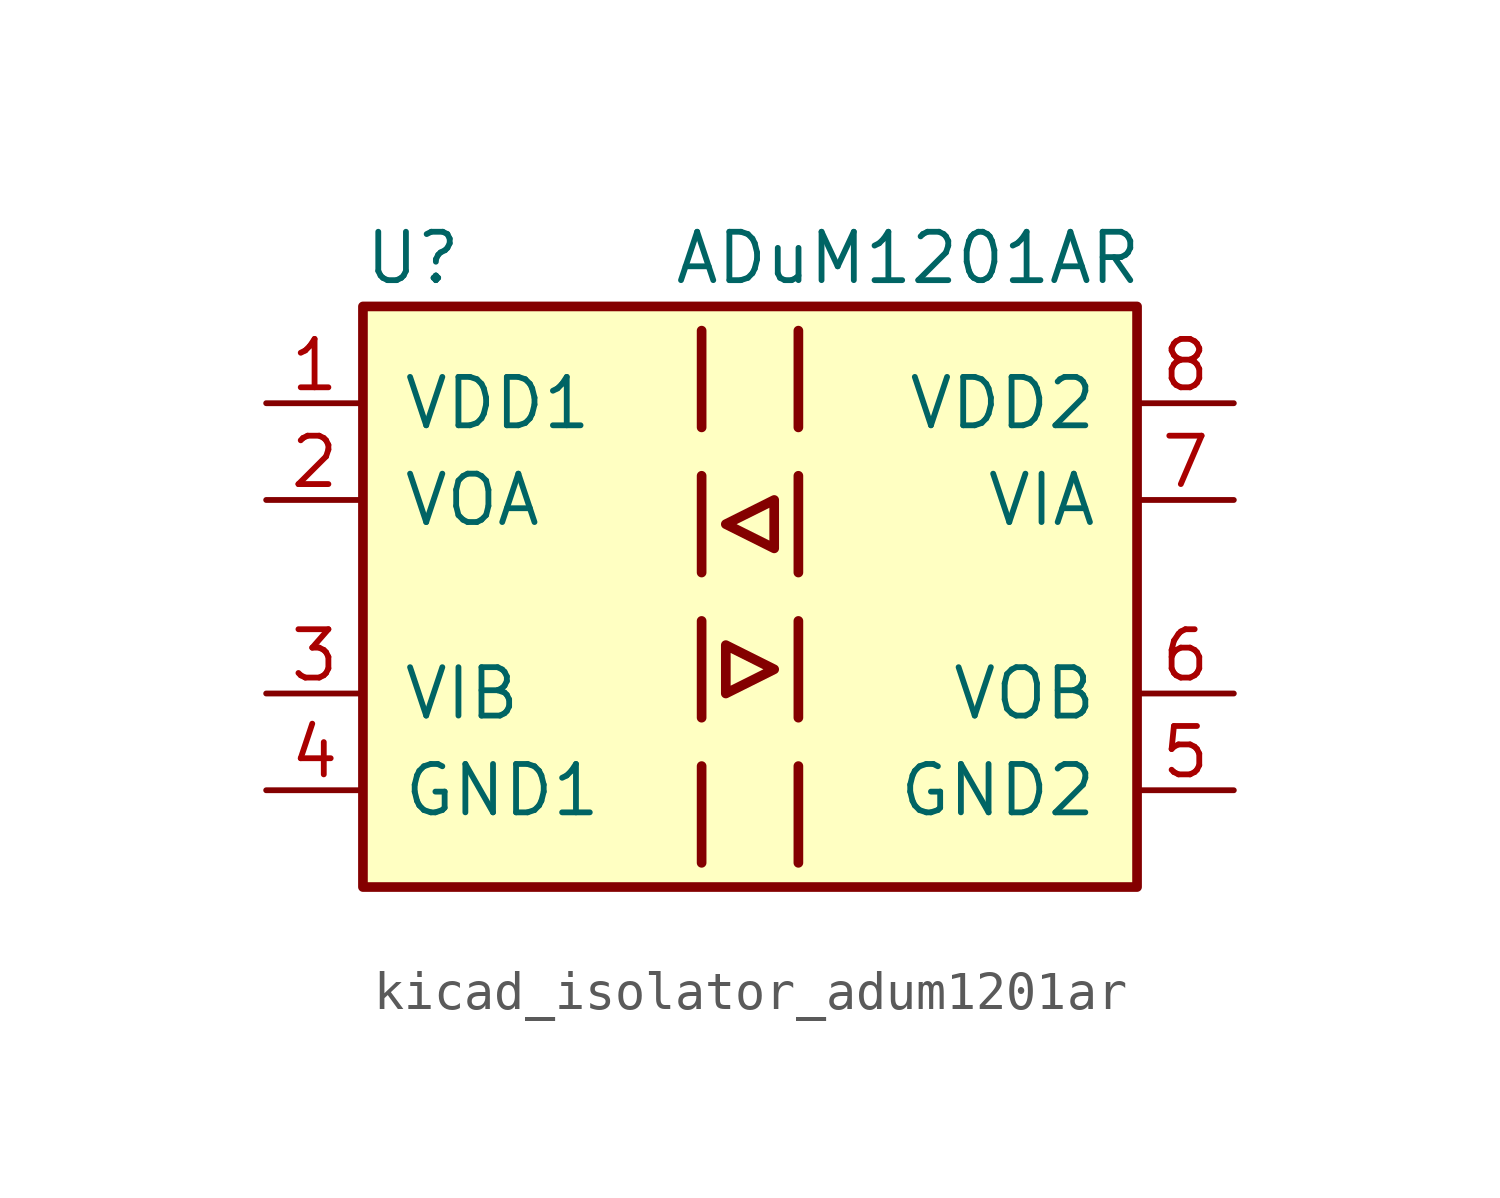
<source format=kicad_sym>
(kicad_symbol_lib
  (version 20220914)
  (generator kicad_symbol_editor)
  (symbol "kicad_isolator_adum1201ar"
    (pin_names
      (offset 1.016))
    (property "Reference" "U"
      (at -10.16 8.89 0)
      (effects (font (size 1.27 1.27)) (justify left)))
    (property "Value" "ADuM1201AR"
      (at -2.032 8.89 0)
      (effects (font (size 1.27 1.27)) (justify left)))
    (symbol "kicad_isolator_adum1201ar_0_1"
      (rectangle (start -10.16 7.62) (end 10.16 -7.62) (stroke (width 0.254) (type default)) (fill (type background)))
      (polyline (pts (xy -1.27 -4.445) (xy -1.27 -6.985)) (stroke (width 0.254) (type default)) (fill (type none)))
      (polyline (pts (xy -1.27 -0.635) (xy -1.27 -3.175)) (stroke (width 0.254) (type default)) (fill (type none)))
      (polyline (pts (xy -1.27 3.175) (xy -1.27 0.635)) (stroke (width 0.254) (type default)) (fill (type none)))
      (polyline (pts (xy -1.27 6.985) (xy -1.27 4.445)) (stroke (width 0.254) (type default)) (fill (type none)))
      (polyline (pts (xy 1.27 -4.445) (xy 1.27 -6.985)) (stroke (width 0.254) (type default)) (fill (type none)))
      (polyline (pts (xy 1.27 -0.635) (xy 1.27 -3.175)) (stroke (width 0.254) (type default)) (fill (type none)))
      (polyline (pts (xy 1.27 3.175) (xy 1.27 0.635)) (stroke (width 0.254) (type default)) (fill (type none)))
      (polyline (pts (xy 1.27 6.985) (xy 1.27 4.445)) (stroke (width 0.254) (type default)) (fill (type none)))
      (polyline (pts (xy -0.635 -1.27) (xy -0.635 -2.54) (xy 0.635 -1.905) (xy -0.635 -1.27)) (stroke (width 0.254) (type default)) (fill (type none)))
      (polyline (pts (xy 0.635 2.54) (xy 0.635 1.27) (xy -0.635 1.905) (xy 0.635 2.54)) (stroke (width 0.254) (type default)) (fill (type none))))
    (symbol "kicad_isolator_adum1201ar_1_1"
      (pin power_in line (at -12.7 5.08 0) (length 2.54) (name "VDD1" (effects (font (size 1.27 1.27)))) (number "1" (effects (font (size 1.27 1.27)))))
      (pin output line (at -12.7 2.54 0) (length 2.54) (name "VOA" (effects (font (size 1.27 1.27)))) (number "2" (effects (font (size 1.27 1.27)))))
      (pin input line (at -12.7 -2.54 0) (length 2.54) (name "VIB" (effects (font (size 1.27 1.27)))) (number "3" (effects (font (size 1.27 1.27)))))
      (pin power_in line (at -12.7 -5.08 0) (length 2.54) (name "GND1" (effects (font (size 1.27 1.27)))) (number "4" (effects (font (size 1.27 1.27)))))
      (pin power_in line (at 12.7 -5.08 180) (length 2.54) (name "GND2" (effects (font (size 1.27 1.27)))) (number "5" (effects (font (size 1.27 1.27)))))
      (pin output line (at 12.7 -2.54 180) (length 2.54) (name "VOB" (effects (font (size 1.27 1.27)))) (number "6" (effects (font (size 1.27 1.27)))))
      (pin input line (at 12.7 2.54 180) (length 2.54) (name "VIA" (effects (font (size 1.27 1.27)))) (number "7" (effects (font (size 1.27 1.27)))))
      (pin power_in line (at 12.7 5.08 180) (length 2.54) (name "VDD2" (effects (font (size 1.27 1.27)))) (number "8" (effects (font (size 1.27 1.27))))))))
</source>
